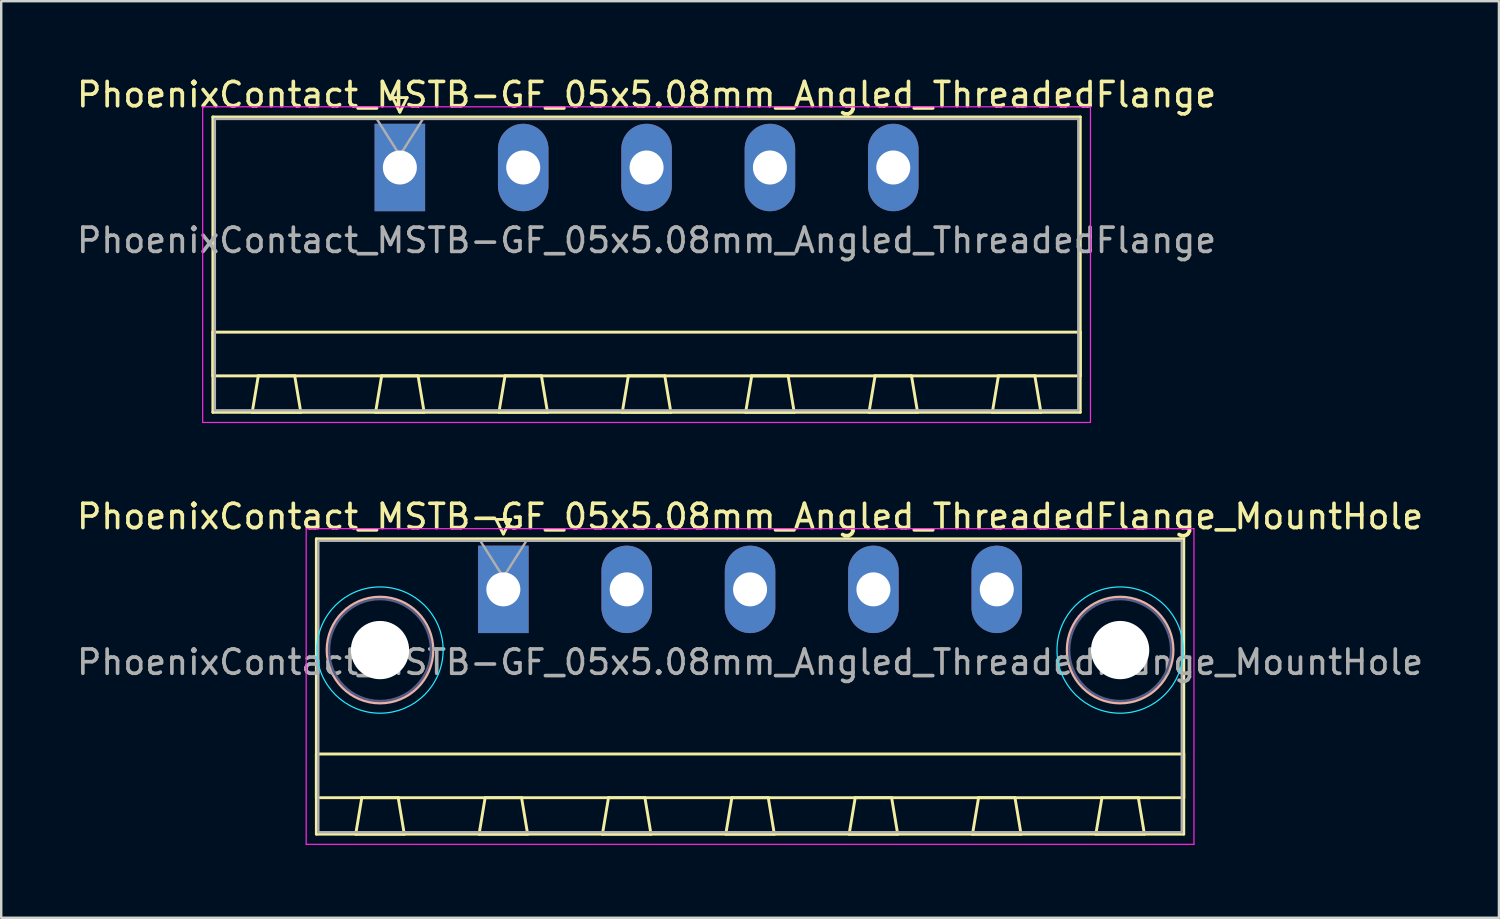
<source format=kicad_pcb>
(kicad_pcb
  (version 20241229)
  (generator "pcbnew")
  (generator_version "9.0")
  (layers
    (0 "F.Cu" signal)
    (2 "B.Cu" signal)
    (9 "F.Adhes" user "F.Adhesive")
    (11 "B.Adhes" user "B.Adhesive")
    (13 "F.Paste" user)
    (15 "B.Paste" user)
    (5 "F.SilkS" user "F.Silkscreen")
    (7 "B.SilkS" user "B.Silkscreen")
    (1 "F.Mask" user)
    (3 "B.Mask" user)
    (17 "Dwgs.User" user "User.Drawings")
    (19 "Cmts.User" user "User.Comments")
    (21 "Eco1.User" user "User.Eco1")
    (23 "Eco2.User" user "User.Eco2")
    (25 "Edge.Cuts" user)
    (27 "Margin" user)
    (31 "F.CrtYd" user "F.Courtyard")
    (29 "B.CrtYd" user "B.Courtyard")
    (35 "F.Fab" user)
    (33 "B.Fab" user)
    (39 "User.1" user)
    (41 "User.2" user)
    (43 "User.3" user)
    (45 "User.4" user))
  (footprint "PhoenixContact_MSTB-GF_05x5.08mm_Angled_ThreadedFlange"
    (layer "F.Cu")
    (at 13.417 3.848)
    (property "Reference" "PhoenixContact_MSTB-GF_05x5.08mm_Angled_ThreadedFlange" (at 10.16 -3 0) (layer "F.SilkS") (effects (font (size 1 1) (thickness 0.15))))
    (attr through_hole)
    (fp_line (start -7.7 -2.08) (end -7.7 10.08) (stroke (width 0.12) (type solid)) (layer "F.SilkS"))
    (fp_line (start -7.7 6.78) (end 28.02 6.78) (stroke (width 0.12) (type solid)) (layer "F.SilkS"))
    (fp_line (start -7.7 8.58) (end -7.7 6.78) (stroke (width 0.12) (type solid)) (layer "F.SilkS"))
    (fp_line (start -7.7 10.08) (end 28.02 10.08) (stroke (width 0.12) (type solid)) (layer "F.SilkS"))
    (fp_line (start -6.08 10.08) (end -4.08 10.08) (stroke (width 0.12) (type solid)) (layer "F.SilkS"))
    (fp_line (start -5.83 8.58) (end -6.08 10.08) (stroke (width 0.12) (type solid)) (layer "F.SilkS"))
    (fp_line (start -4.33 8.58) (end -5.83 8.58) (stroke (width 0.12) (type solid)) (layer "F.SilkS"))
    (fp_line (start -4.08 10.08) (end -4.33 8.58) (stroke (width 0.12) (type solid)) (layer "F.SilkS"))
    (fp_line (start -1 10.08) (end 1 10.08) (stroke (width 0.12) (type solid)) (layer "F.SilkS"))
    (fp_line (start -0.75 8.58) (end -1 10.08) (stroke (width 0.12) (type solid)) (layer "F.SilkS"))
    (fp_line (start -0.3 -2.88) (end 0.3 -2.88) (stroke (width 0.12) (type solid)) (layer "F.SilkS"))
    (fp_line (start 0 -2.28) (end -0.3 -2.88) (stroke (width 0.12) (type solid)) (layer "F.SilkS"))
    (fp_line (start 0.3 -2.88) (end 0 -2.28) (stroke (width 0.12) (type solid)) (layer "F.SilkS"))
    (fp_line (start 0.75 8.58) (end -0.75 8.58) (stroke (width 0.12) (type solid)) (layer "F.SilkS"))
    (fp_line (start 1 10.08) (end 0.75 8.58) (stroke (width 0.12) (type solid)) (layer "F.SilkS"))
    (fp_line (start 4.08 10.08) (end 6.08 10.08) (stroke (width 0.12) (type solid)) (layer "F.SilkS"))
    (fp_line (start 4.33 8.58) (end 4.08 10.08) (stroke (width 0.12) (type solid)) (layer "F.SilkS"))
    (fp_line (start 5.83 8.58) (end 4.33 8.58) (stroke (width 0.12) (type solid)) (layer "F.SilkS"))
    (fp_line (start 6.08 10.08) (end 5.83 8.58) (stroke (width 0.12) (type solid)) (layer "F.SilkS"))
    (fp_line (start 9.16 10.08) (end 11.16 10.08) (stroke (width 0.12) (type solid)) (layer "F.SilkS"))
    (fp_line (start 9.41 8.58) (end 9.16 10.08) (stroke (width 0.12) (type solid)) (layer "F.SilkS"))
    (fp_line (start 10.91 8.58) (end 9.41 8.58) (stroke (width 0.12) (type solid)) (layer "F.SilkS"))
    (fp_line (start 11.16 10.08) (end 10.91 8.58) (stroke (width 0.12) (type solid)) (layer "F.SilkS"))
    (fp_line (start 14.24 10.08) (end 16.24 10.08) (stroke (width 0.12) (type solid)) (layer "F.SilkS"))
    (fp_line (start 14.49 8.58) (end 14.24 10.08) (stroke (width 0.12) (type solid)) (layer "F.SilkS"))
    (fp_line (start 15.99 8.58) (end 14.49 8.58) (stroke (width 0.12) (type solid)) (layer "F.SilkS"))
    (fp_line (start 16.24 10.08) (end 15.99 8.58) (stroke (width 0.12) (type solid)) (layer "F.SilkS"))
    (fp_line (start 19.32 10.08) (end 21.32 10.08) (stroke (width 0.12) (type solid)) (layer "F.SilkS"))
    (fp_line (start 19.57 8.58) (end 19.32 10.08) (stroke (width 0.12) (type solid)) (layer "F.SilkS"))
    (fp_line (start 21.07 8.58) (end 19.57 8.58) (stroke (width 0.12) (type solid)) (layer "F.SilkS"))
    (fp_line (start 21.32 10.08) (end 21.07 8.58) (stroke (width 0.12) (type solid)) (layer "F.SilkS"))
    (fp_line (start 24.4 10.08) (end 26.4 10.08) (stroke (width 0.12) (type solid)) (layer "F.SilkS"))
    (fp_line (start 24.65 8.58) (end 24.4 10.08) (stroke (width 0.12) (type solid)) (layer "F.SilkS"))
    (fp_line (start 26.15 8.58) (end 24.65 8.58) (stroke (width 0.12) (type solid)) (layer "F.SilkS"))
    (fp_line (start 26.4 10.08) (end 26.15 8.58) (stroke (width 0.12) (type solid)) (layer "F.SilkS"))
    (fp_line (start 28.02 -2.08) (end -7.7 -2.08) (stroke (width 0.12) (type solid)) (layer "F.SilkS"))
    (fp_line (start 28.02 6.78) (end 28.02 8.58) (stroke (width 0.12) (type solid)) (layer "F.SilkS"))
    (fp_line (start 28.02 8.58) (end -7.7 8.58) (stroke (width 0.12) (type solid)) (layer "F.SilkS"))
    (fp_line (start 28.02 10.08) (end 28.02 -2.08) (stroke (width 0.12) (type solid)) (layer "F.SilkS"))
    (fp_line (start -8.12 -2.5) (end -8.12 10.5) (stroke (width 0.05) (type solid)) (layer "F.CrtYd"))
    (fp_line (start -8.12 10.5) (end 28.44 10.5) (stroke (width 0.05) (type solid)) (layer "F.CrtYd"))
    (fp_line (start 28.44 -2.5) (end -8.12 -2.5) (stroke (width 0.05) (type solid)) (layer "F.CrtYd"))
    (fp_line (start 28.44 10.5) (end 28.44 -2.5) (stroke (width 0.05) (type solid)) (layer "F.CrtYd"))
    (fp_line (start -7.62 -2) (end -7.62 10) (stroke (width 0.1) (type solid)) (layer "F.Fab"))
    (fp_line (start -7.62 10) (end 27.94 10) (stroke (width 0.1) (type solid)) (layer "F.Fab"))
    (fp_line (start 0 -0.5) (end -0.95 -2) (stroke (width 0.1) (type solid)) (layer "F.Fab"))
    (fp_line (start 0.95 -2) (end 0 -0.5) (stroke (width 0.1) (type solid)) (layer "F.Fab"))
    (fp_line (start 27.94 -2) (end -7.62 -2) (stroke (width 0.1) (type solid)) (layer "F.Fab"))
    (fp_line (start 27.94 10) (end 27.94 -2) (stroke (width 0.1) (type solid)) (layer "F.Fab"))
    (fp_text user "${REFERENCE}" (at 10.16 3 0) (layer "F.Fab") (effects (font (size 1 1) (thickness 0.15))))
    (pad "1" thru_hole rect (at 0 0) (size 2.08 3.6) (drill 1.4) (layers "*.Cu" "*.Mask"))
    (pad "2" thru_hole oval (at 5.08 0) (size 2.08 3.6) (drill 1.4) (layers "*.Cu" "*.Mask"))
    (pad "3" thru_hole oval (at 10.16 0) (size 2.08 3.6) (drill 1.4) (layers "*.Cu" "*.Mask"))
    (pad "4" thru_hole oval (at 15.24 0) (size 2.08 3.6) (drill 1.4) (layers "*.Cu" "*.Mask"))
    (pad "5" thru_hole oval (at 20.32 0) (size 2.08 3.6) (drill 1.4) (layers "*.Cu" "*.Mask")))
  (footprint "PhoenixContact_MSTB-GF_05x5.08mm_Angled_ThreadedFlange_MountHole"
    (layer "F.Cu")
    (at 17.679 21.221)
    (property "Reference" "PhoenixContact_MSTB-GF_05x5.08mm_Angled_ThreadedFlange_MountHole" (at 10.16 -3 0) (layer "F.SilkS") (effects (font (size 1 1) (thickness 0.15))))
    (attr through_hole)
    (fp_line (start -7.7 -2.08) (end -7.7 10.08) (stroke (width 0.12) (type solid)) (layer "F.SilkS"))
    (fp_line (start -7.7 6.78) (end 28.02 6.78) (stroke (width 0.12) (type solid)) (layer "F.SilkS"))
    (fp_line (start -7.7 8.58) (end -7.7 6.78) (stroke (width 0.12) (type solid)) (layer "F.SilkS"))
    (fp_line (start -7.7 10.08) (end 28.02 10.08) (stroke (width 0.12) (type solid)) (layer "F.SilkS"))
    (fp_line (start -6.08 10.08) (end -4.08 10.08) (stroke (width 0.12) (type solid)) (layer "F.SilkS"))
    (fp_line (start -5.83 8.58) (end -6.08 10.08) (stroke (width 0.12) (type solid)) (layer "F.SilkS"))
    (fp_line (start -4.33 8.58) (end -5.83 8.58) (stroke (width 0.12) (type solid)) (layer "F.SilkS"))
    (fp_line (start -4.08 10.08) (end -4.33 8.58) (stroke (width 0.12) (type solid)) (layer "F.SilkS"))
    (fp_line (start -1 10.08) (end 1 10.08) (stroke (width 0.12) (type solid)) (layer "F.SilkS"))
    (fp_line (start -0.75 8.58) (end -1 10.08) (stroke (width 0.12) (type solid)) (layer "F.SilkS"))
    (fp_line (start -0.3 -2.88) (end 0.3 -2.88) (stroke (width 0.12) (type solid)) (layer "F.SilkS"))
    (fp_line (start 0 -2.28) (end -0.3 -2.88) (stroke (width 0.12) (type solid)) (layer "F.SilkS"))
    (fp_line (start 0.3 -2.88) (end 0 -2.28) (stroke (width 0.12) (type solid)) (layer "F.SilkS"))
    (fp_line (start 0.75 8.58) (end -0.75 8.58) (stroke (width 0.12) (type solid)) (layer "F.SilkS"))
    (fp_line (start 1 10.08) (end 0.75 8.58) (stroke (width 0.12) (type solid)) (layer "F.SilkS"))
    (fp_line (start 4.08 10.08) (end 6.08 10.08) (stroke (width 0.12) (type solid)) (layer "F.SilkS"))
    (fp_line (start 4.33 8.58) (end 4.08 10.08) (stroke (width 0.12) (type solid)) (layer "F.SilkS"))
    (fp_line (start 5.83 8.58) (end 4.33 8.58) (stroke (width 0.12) (type solid)) (layer "F.SilkS"))
    (fp_line (start 6.08 10.08) (end 5.83 8.58) (stroke (width 0.12) (type solid)) (layer "F.SilkS"))
    (fp_line (start 9.16 10.08) (end 11.16 10.08) (stroke (width 0.12) (type solid)) (layer "F.SilkS"))
    (fp_line (start 9.41 8.58) (end 9.16 10.08) (stroke (width 0.12) (type solid)) (layer "F.SilkS"))
    (fp_line (start 10.91 8.58) (end 9.41 8.58) (stroke (width 0.12) (type solid)) (layer "F.SilkS"))
    (fp_line (start 11.16 10.08) (end 10.91 8.58) (stroke (width 0.12) (type solid)) (layer "F.SilkS"))
    (fp_line (start 14.24 10.08) (end 16.24 10.08) (stroke (width 0.12) (type solid)) (layer "F.SilkS"))
    (fp_line (start 14.49 8.58) (end 14.24 10.08) (stroke (width 0.12) (type solid)) (layer "F.SilkS"))
    (fp_line (start 15.99 8.58) (end 14.49 8.58) (stroke (width 0.12) (type solid)) (layer "F.SilkS"))
    (fp_line (start 16.24 10.08) (end 15.99 8.58) (stroke (width 0.12) (type solid)) (layer "F.SilkS"))
    (fp_line (start 19.32 10.08) (end 21.32 10.08) (stroke (width 0.12) (type solid)) (layer "F.SilkS"))
    (fp_line (start 19.57 8.58) (end 19.32 10.08) (stroke (width 0.12) (type solid)) (layer "F.SilkS"))
    (fp_line (start 21.07 8.58) (end 19.57 8.58) (stroke (width 0.12) (type solid)) (layer "F.SilkS"))
    (fp_line (start 21.32 10.08) (end 21.07 8.58) (stroke (width 0.12) (type solid)) (layer "F.SilkS"))
    (fp_line (start 24.4 10.08) (end 26.4 10.08) (stroke (width 0.12) (type solid)) (layer "F.SilkS"))
    (fp_line (start 24.65 8.58) (end 24.4 10.08) (stroke (width 0.12) (type solid)) (layer "F.SilkS"))
    (fp_line (start 26.15 8.58) (end 24.65 8.58) (stroke (width 0.12) (type solid)) (layer "F.SilkS"))
    (fp_line (start 26.4 10.08) (end 26.15 8.58) (stroke (width 0.12) (type solid)) (layer "F.SilkS"))
    (fp_line (start 28.02 -2.08) (end -7.7 -2.08) (stroke (width 0.12) (type solid)) (layer "F.SilkS"))
    (fp_line (start 28.02 6.78) (end 28.02 8.58) (stroke (width 0.12) (type solid)) (layer "F.SilkS"))
    (fp_line (start 28.02 8.58) (end -7.7 8.58) (stroke (width 0.12) (type solid)) (layer "F.SilkS"))
    (fp_line (start 28.02 10.08) (end 28.02 -2.08) (stroke (width 0.12) (type solid)) (layer "F.SilkS"))
    (fp_circle (center -5.08 2.5) (end -2.9 2.5) (stroke (width 0.12) (type solid)) (fill no) (layer "B.SilkS"))
    (fp_circle (center 25.4 2.5) (end 27.58 2.5) (stroke (width 0.12) (type solid)) (fill no) (layer "B.SilkS"))
    (fp_circle (center -5.08 2.5) (end -2.48 2.5) (stroke (width 0.05) (type solid)) (fill no) (layer "B.CrtYd"))
    (fp_circle (center 25.4 2.5) (end 28 2.5) (stroke (width 0.05) (type solid)) (fill no) (layer "B.CrtYd"))
    (fp_line (start -8.12 -2.5) (end -8.12 10.5) (stroke (width 0.05) (type solid)) (layer "F.CrtYd"))
    (fp_line (start -8.12 10.5) (end 28.44 10.5) (stroke (width 0.05) (type solid)) (layer "F.CrtYd"))
    (fp_line (start 28.44 -2.5) (end -8.12 -2.5) (stroke (width 0.05) (type solid)) (layer "F.CrtYd"))
    (fp_line (start 28.44 10.5) (end 28.44 -2.5) (stroke (width 0.05) (type solid)) (layer "F.CrtYd"))
    (fp_circle (center -5.08 2.5) (end -2.98 2.5) (stroke (width 0.1) (type solid)) (fill no) (layer "B.Fab"))
    (fp_circle (center 25.4 2.5) (end 27.5 2.5) (stroke (width 0.1) (type solid)) (fill no) (layer "B.Fab"))
    (fp_line (start -7.62 -2) (end -7.62 10) (stroke (width 0.1) (type solid)) (layer "F.Fab"))
    (fp_line (start -7.62 10) (end 27.94 10) (stroke (width 0.1) (type solid)) (layer "F.Fab"))
    (fp_line (start 0 -0.5) (end -0.95 -2) (stroke (width 0.1) (type solid)) (layer "F.Fab"))
    (fp_line (start 0.95 -2) (end 0 -0.5) (stroke (width 0.1) (type solid)) (layer "F.Fab"))
    (fp_line (start 27.94 -2) (end -7.62 -2) (stroke (width 0.1) (type solid)) (layer "F.Fab"))
    (fp_line (start 27.94 10) (end 27.94 -2) (stroke (width 0.1) (type solid)) (layer "F.Fab"))
    (fp_text user "${REFERENCE}" (at 10.16 3 0) (layer "F.Fab") (effects (font (size 1 1) (thickness 0.15))))
    (pad "" np_thru_hole circle (at -5.08 2.5) (size 2.4 2.4) (drill 2.4) (layers "*.Cu" "*.Mask"))
    (pad "" np_thru_hole circle (at 25.4 2.5) (size 2.4 2.4) (drill 2.4) (layers "*.Cu" "*.Mask"))
    (pad "1" thru_hole rect (at 0 0) (size 2.08 3.6) (drill 1.4) (layers "*.Cu" "*.Mask"))
    (pad "2" thru_hole oval (at 5.08 0) (size 2.08 3.6) (drill 1.4) (layers "*.Cu" "*.Mask"))
    (pad "3" thru_hole oval (at 10.16 0) (size 2.08 3.6) (drill 1.4) (layers "*.Cu" "*.Mask"))
    (pad "4" thru_hole oval (at 15.24 0) (size 2.08 3.6) (drill 1.4) (layers "*.Cu" "*.Mask"))
    (pad "5" thru_hole oval (at 20.32 0) (size 2.08 3.6) (drill 1.4) (layers "*.Cu" "*.Mask")))
  (gr_rect
    (start -3 -3)
    (end 58.679 34.746)
    (stroke (width 0.1) (type default))
    (fill no)
    (layer "Edge.Cuts")))
</source>
